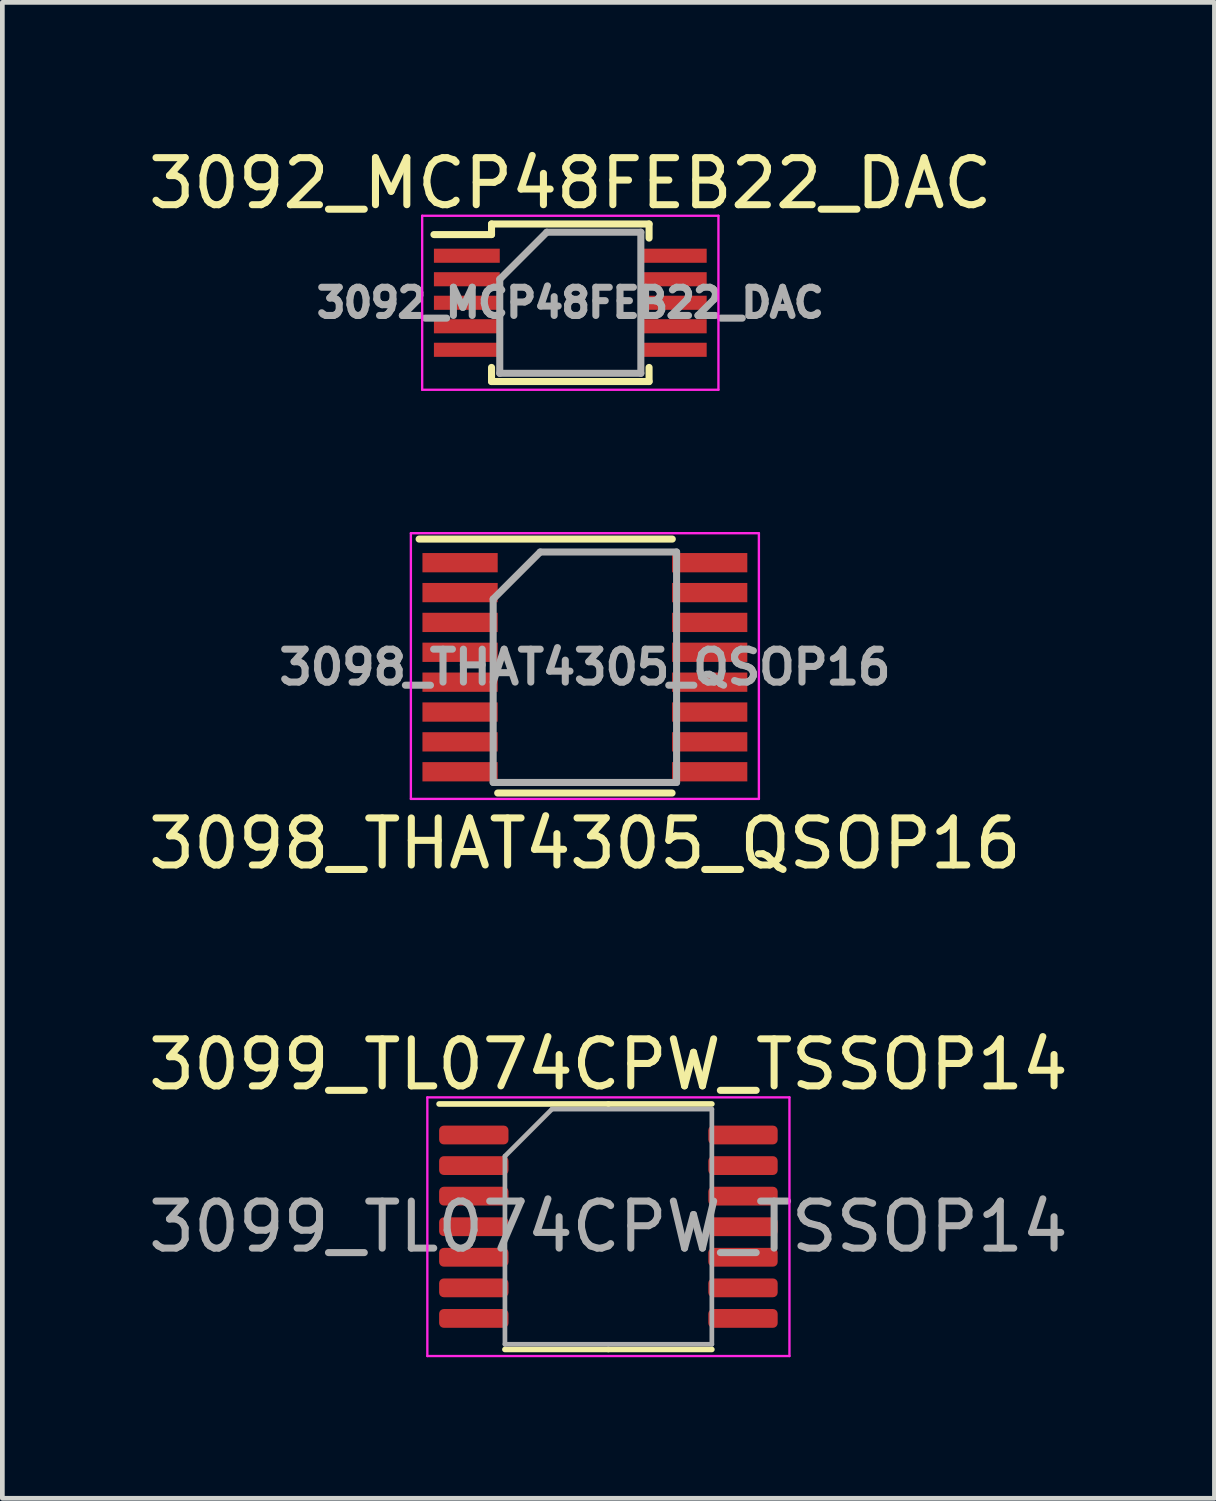
<source format=kicad_pcb>
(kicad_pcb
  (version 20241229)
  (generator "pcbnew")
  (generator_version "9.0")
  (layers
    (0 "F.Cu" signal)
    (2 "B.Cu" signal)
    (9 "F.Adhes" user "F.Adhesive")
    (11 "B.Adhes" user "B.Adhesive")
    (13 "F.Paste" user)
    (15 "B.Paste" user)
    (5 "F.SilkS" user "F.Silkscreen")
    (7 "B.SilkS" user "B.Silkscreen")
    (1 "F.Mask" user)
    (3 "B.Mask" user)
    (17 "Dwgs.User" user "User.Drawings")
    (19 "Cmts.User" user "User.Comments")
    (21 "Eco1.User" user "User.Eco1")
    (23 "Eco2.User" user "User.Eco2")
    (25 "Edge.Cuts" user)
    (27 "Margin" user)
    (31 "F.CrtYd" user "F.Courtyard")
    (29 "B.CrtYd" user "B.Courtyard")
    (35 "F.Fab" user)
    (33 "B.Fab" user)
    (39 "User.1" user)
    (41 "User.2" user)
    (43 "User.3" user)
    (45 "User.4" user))
  (footprint "3092_MCP48FEB22_DAC"
    (layer "F.Cu")
    (at 9.077 3.388)
    (property "Reference" "3092_MCP48FEB22_DAC" (at 0 -2.54 0) (layer "F.SilkS") (effects (font (size 1 1) (thickness 0.15))))
    (attr smd)
    (fp_line (start -1.675 -1.675) (end -1.675 -1.45) (stroke (width 0.15) (type solid)) (layer "F.SilkS"))
    (fp_line (start -1.675 -1.675) (end 1.675 -1.675) (stroke (width 0.15) (type solid)) (layer "F.SilkS"))
    (fp_line (start -1.675 -1.45) (end -2.9 -1.45) (stroke (width 0.15) (type solid)) (layer "F.SilkS"))
    (fp_line (start -1.675 1.675) (end -1.675 1.375) (stroke (width 0.15) (type solid)) (layer "F.SilkS"))
    (fp_line (start -1.675 1.675) (end 1.675 1.675) (stroke (width 0.15) (type solid)) (layer "F.SilkS"))
    (fp_line (start 1.675 -1.675) (end 1.675 -1.375) (stroke (width 0.15) (type solid)) (layer "F.SilkS"))
    (fp_line (start 1.675 1.675) (end 1.675 1.375) (stroke (width 0.15) (type solid)) (layer "F.SilkS"))
    (fp_line (start -3.15 -1.85) (end -3.15 1.85) (stroke (width 0.05) (type solid)) (layer "F.CrtYd"))
    (fp_line (start -3.15 -1.85) (end 3.15 -1.85) (stroke (width 0.05) (type solid)) (layer "F.CrtYd"))
    (fp_line (start -3.15 1.85) (end 3.15 1.85) (stroke (width 0.05) (type solid)) (layer "F.CrtYd"))
    (fp_line (start 3.15 -1.85) (end 3.15 1.85) (stroke (width 0.05) (type solid)) (layer "F.CrtYd"))
    (fp_line (start -1.5 -0.5) (end -0.5 -1.5) (stroke (width 0.15) (type solid)) (layer "F.Fab"))
    (fp_line (start -1.5 1.5) (end -1.5 -0.5) (stroke (width 0.15) (type solid)) (layer "F.Fab"))
    (fp_line (start -0.5 -1.5) (end 1.5 -1.5) (stroke (width 0.15) (type solid)) (layer "F.Fab"))
    (fp_line (start 1.5 -1.5) (end 1.5 1.5) (stroke (width 0.15) (type solid)) (layer "F.Fab"))
    (fp_line (start 1.5 1.5) (end -1.5 1.5) (stroke (width 0.15) (type solid)) (layer "F.Fab"))
    (fp_text user "${REFERENCE}" (at 0 0 0) (layer "F.Fab") (effects (font (size 0.6 0.6) (thickness 0.15))))
    (pad "1" smd rect (at -2.2 -1) (size 1.4 0.3) (layers "F.Cu" "F.Mask" "F.Paste"))
    (pad "2" smd rect (at -2.2 -0.5) (size 1.4 0.3) (layers "F.Cu" "F.Mask" "F.Paste"))
    (pad "3" smd rect (at -2.2 0) (size 1.4 0.3) (layers "F.Cu" "F.Mask" "F.Paste"))
    (pad "4" smd rect (at -2.2 0.5) (size 1.4 0.3) (layers "F.Cu" "F.Mask" "F.Paste"))
    (pad "5" smd rect (at -2.2 1) (size 1.4 0.3) (layers "F.Cu" "F.Mask" "F.Paste"))
    (pad "6" smd rect (at 2.2 1) (size 1.4 0.3) (layers "F.Cu" "F.Mask" "F.Paste"))
    (pad "7" smd rect (at 2.2 0.5) (size 1.4 0.3) (layers "F.Cu" "F.Mask" "F.Paste"))
    (pad "8" smd rect (at 2.2 0) (size 1.4 0.3) (layers "F.Cu" "F.Mask" "F.Paste"))
    (pad "9" smd rect (at 2.2 -0.5) (size 1.4 0.3) (layers "F.Cu" "F.Mask" "F.Paste"))
    (pad "10" smd rect (at 2.2 -1) (size 1.4 0.3) (layers "F.Cu" "F.Mask" "F.Paste")))
  (footprint "3098_THAT4305_QSOP16"
    (layer "F.Cu")
    (at 9.387 11.138)
    (property "Reference" "3098_THAT4305_QSOP16" (at 0 3.75 0) (layer "F.SilkS") (effects (font (size 1 1) (thickness 0.15))))
    (attr through_hole)
    (fp_line (start -3.525 -2.725) (end 1.859 -2.725) (stroke (width 0.15) (type solid)) (layer "F.SilkS"))
    (fp_line (start -1.854 2.675) (end 1.854 2.675) (stroke (width 0.15) (type solid)) (layer "F.SilkS"))
    (fp_line (start -3.7 -2.85) (end -3.7 2.8) (stroke (width 0.05) (type solid)) (layer "F.CrtYd"))
    (fp_line (start -3.7 -2.85) (end 3.7 -2.85) (stroke (width 0.05) (type solid)) (layer "F.CrtYd"))
    (fp_line (start -3.7 2.8) (end 3.7 2.8) (stroke (width 0.05) (type solid)) (layer "F.CrtYd"))
    (fp_line (start 3.7 -2.85) (end 3.7 2.8) (stroke (width 0.05) (type solid)) (layer "F.CrtYd"))
    (fp_line (start -1.95 -1.45) (end -0.95 -2.45) (stroke (width 0.15) (type solid)) (layer "F.Fab"))
    (fp_line (start -1.95 2.45) (end -1.95 -1.45) (stroke (width 0.15) (type solid)) (layer "F.Fab"))
    (fp_line (start -0.95 -2.45) (end 1.95 -2.45) (stroke (width 0.15) (type solid)) (layer "F.Fab"))
    (fp_line (start 1.95 -2.45) (end 1.95 2.45) (stroke (width 0.15) (type solid)) (layer "F.Fab"))
    (fp_line (start 1.95 2.45) (end -1.95 2.45) (stroke (width 0.15) (type solid)) (layer "F.Fab"))
    (fp_text user "${REFERENCE}" (at 0 0 0) (layer "F.Fab") (effects (font (size 0.7 0.7) (thickness 0.15))))
    (pad "1" smd rect (at -2.654 -2.223) (size 1.6 0.41) (layers "F.Cu" "F.Mask" "F.Paste"))
    (pad "2" smd rect (at -2.654 -1.587) (size 1.6 0.41) (layers "F.Cu" "F.Mask" "F.Paste"))
    (pad "3" smd rect (at -2.654 -0.953) (size 1.6 0.41) (layers "F.Cu" "F.Mask" "F.Paste"))
    (pad "4" smd rect (at -2.654 -0.318) (size 1.6 0.41) (layers "F.Cu" "F.Mask" "F.Paste"))
    (pad "5" smd rect (at -2.654 0.318) (size 1.6 0.41) (layers "F.Cu" "F.Mask" "F.Paste"))
    (pad "6" smd rect (at -2.654 0.953) (size 1.6 0.41) (layers "F.Cu" "F.Mask" "F.Paste"))
    (pad "7" smd rect (at -2.654 1.587) (size 1.6 0.41) (layers "F.Cu" "F.Mask" "F.Paste"))
    (pad "8" smd rect (at -2.654 2.223) (size 1.6 0.41) (layers "F.Cu" "F.Mask" "F.Paste"))
    (pad "9" smd rect (at 2.654 2.223) (size 1.6 0.41) (layers "F.Cu" "F.Mask" "F.Paste"))
    (pad "10" smd rect (at 2.654 1.587) (size 1.6 0.41) (layers "F.Cu" "F.Mask" "F.Paste"))
    (pad "11" smd rect (at 2.654 0.953) (size 1.6 0.41) (layers "F.Cu" "F.Mask" "F.Paste"))
    (pad "12" smd rect (at 2.654 0.318) (size 1.6 0.41) (layers "F.Cu" "F.Mask" "F.Paste"))
    (pad "13" smd rect (at 2.654 -0.318) (size 1.6 0.41) (layers "F.Cu" "F.Mask" "F.Paste"))
    (pad "14" smd rect (at 2.654 -0.953) (size 1.6 0.41) (layers "F.Cu" "F.Mask" "F.Paste"))
    (pad "15" smd rect (at 2.654 -1.587) (size 1.6 0.41) (layers "F.Cu" "F.Mask" "F.Paste"))
    (pad "16" smd rect (at 2.654 -2.223) (size 1.6 0.41) (layers "F.Cu" "F.Mask" "F.Paste")))
  (footprint "3099_TL074CPW_TSSOP14"
    (layer "F.Cu")
    (at 9.887 23.035)
    (property "Reference" "3099_TL074CPW_TSSOP14" (at 0 -3.45 0) (layer "F.SilkS") (effects (font (size 1 1) (thickness 0.15))))
    (attr through_hole)
    (fp_line (start 0 -2.61) (end -3.6 -2.61) (stroke (width 0.12) (type solid)) (layer "F.SilkS"))
    (fp_line (start 0 -2.61) (end 2.2 -2.61) (stroke (width 0.12) (type solid)) (layer "F.SilkS"))
    (fp_line (start 0 2.61) (end -2.2 2.61) (stroke (width 0.12) (type solid)) (layer "F.SilkS"))
    (fp_line (start 0 2.61) (end 2.2 2.61) (stroke (width 0.12) (type solid)) (layer "F.SilkS"))
    (fp_line (start -3.85 -2.75) (end -3.85 2.75) (stroke (width 0.05) (type solid)) (layer "F.CrtYd"))
    (fp_line (start -3.85 2.75) (end 3.85 2.75) (stroke (width 0.05) (type solid)) (layer "F.CrtYd"))
    (fp_line (start 3.85 -2.75) (end -3.85 -2.75) (stroke (width 0.05) (type solid)) (layer "F.CrtYd"))
    (fp_line (start 3.85 2.75) (end 3.85 -2.75) (stroke (width 0.05) (type solid)) (layer "F.CrtYd"))
    (fp_line (start -2.2 -1.5) (end -1.2 -2.5) (stroke (width 0.1) (type solid)) (layer "F.Fab"))
    (fp_line (start -2.2 2.5) (end -2.2 -1.5) (stroke (width 0.1) (type solid)) (layer "F.Fab"))
    (fp_line (start -1.2 -2.5) (end 2.2 -2.5) (stroke (width 0.1) (type solid)) (layer "F.Fab"))
    (fp_line (start 2.2 -2.5) (end 2.2 2.5) (stroke (width 0.1) (type solid)) (layer "F.Fab"))
    (fp_line (start 2.2 2.5) (end -2.2 2.5) (stroke (width 0.1) (type solid)) (layer "F.Fab"))
    (fp_text user "${REFERENCE}" (at 0 0 0) (layer "F.Fab") (effects (font (size 1 1) (thickness 0.15))))
    (pad "1" smd roundrect (at -2.862 -1.95) (size 1.475 0.4) (layers "F.Cu" "F.Mask" "F.Paste") (roundrect_rratio 0.25))
    (pad "2" smd roundrect (at -2.862 -1.3) (size 1.475 0.4) (layers "F.Cu" "F.Mask" "F.Paste") (roundrect_rratio 0.25))
    (pad "3" smd roundrect (at -2.862 -0.65) (size 1.475 0.4) (layers "F.Cu" "F.Mask" "F.Paste") (roundrect_rratio 0.25))
    (pad "4" smd roundrect (at -2.862 0) (size 1.475 0.4) (layers "F.Cu" "F.Mask" "F.Paste") (roundrect_rratio 0.25))
    (pad "5" smd roundrect (at -2.862 0.65) (size 1.475 0.4) (layers "F.Cu" "F.Mask" "F.Paste") (roundrect_rratio 0.25))
    (pad "6" smd roundrect (at -2.862 1.3) (size 1.475 0.4) (layers "F.Cu" "F.Mask" "F.Paste") (roundrect_rratio 0.25))
    (pad "7" smd roundrect (at -2.862 1.95) (size 1.475 0.4) (layers "F.Cu" "F.Mask" "F.Paste") (roundrect_rratio 0.25))
    (pad "8" smd roundrect (at 2.862 1.95) (size 1.475 0.4) (layers "F.Cu" "F.Mask" "F.Paste") (roundrect_rratio 0.25))
    (pad "9" smd roundrect (at 2.862 1.3) (size 1.475 0.4) (layers "F.Cu" "F.Mask" "F.Paste") (roundrect_rratio 0.25))
    (pad "10" smd roundrect (at 2.862 0.65) (size 1.475 0.4) (layers "F.Cu" "F.Mask" "F.Paste") (roundrect_rratio 0.25))
    (pad "11" smd roundrect (at 2.862 0) (size 1.475 0.4) (layers "F.Cu" "F.Mask" "F.Paste") (roundrect_rratio 0.25))
    (pad "12" smd roundrect (at 2.862 -0.65) (size 1.475 0.4) (layers "F.Cu" "F.Mask" "F.Paste") (roundrect_rratio 0.25))
    (pad "13" smd roundrect (at 2.862 -1.3) (size 1.475 0.4) (layers "F.Cu" "F.Mask" "F.Paste") (roundrect_rratio 0.25))
    (pad "14" smd roundrect (at 2.862 -1.95) (size 1.475 0.4) (layers "F.Cu" "F.Mask" "F.Paste") (roundrect_rratio 0.25)))
  (gr_rect
    (start -3 -3)
    (end 22.774 28.81)
    (stroke (width 0.1) (type default))
    (fill no)
    (layer "Edge.Cuts")))
</source>
